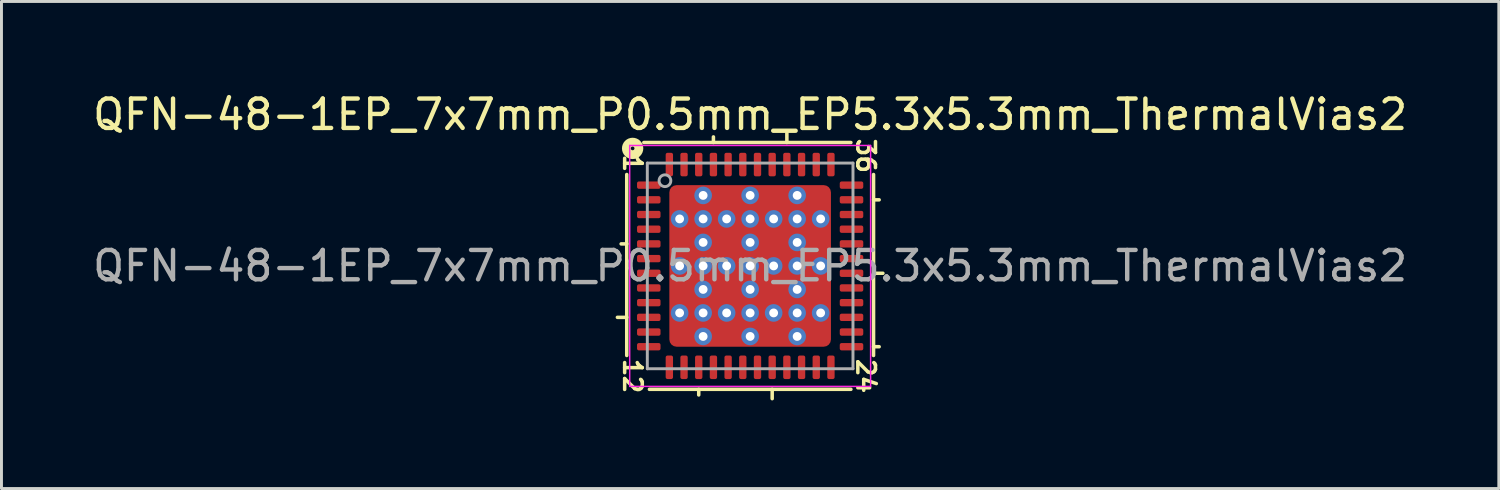
<source format=kicad_pcb>
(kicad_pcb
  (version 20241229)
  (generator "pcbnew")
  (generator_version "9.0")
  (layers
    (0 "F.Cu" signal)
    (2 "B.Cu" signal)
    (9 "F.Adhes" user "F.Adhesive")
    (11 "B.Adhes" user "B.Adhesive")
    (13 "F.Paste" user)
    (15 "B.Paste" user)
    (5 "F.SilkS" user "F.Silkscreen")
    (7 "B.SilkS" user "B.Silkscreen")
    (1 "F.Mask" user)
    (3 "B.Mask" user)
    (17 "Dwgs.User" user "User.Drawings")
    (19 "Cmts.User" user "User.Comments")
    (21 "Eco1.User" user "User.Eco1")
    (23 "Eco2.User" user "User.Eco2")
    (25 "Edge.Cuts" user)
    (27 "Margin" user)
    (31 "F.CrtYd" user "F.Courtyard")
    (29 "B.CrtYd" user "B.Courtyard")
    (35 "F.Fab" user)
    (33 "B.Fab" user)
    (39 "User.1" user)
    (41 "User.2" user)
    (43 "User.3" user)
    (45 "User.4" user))
  (footprint "QFN-48-1EP_7x7mm_P0.5mm_EP5.3x5.3mm_ThermalVias2"
    (layer "F.Cu")
    (at 22.482 6.001)
    (property "Reference" "QFN-48-1EP_7x7mm_P0.5mm_EP5.3x5.3mm_ThermalVias2" (at 0 -5.152 0) (layer "F.SilkS") (effects (font (size 1 1) (thickness 0.15))))
    (attr smd)
    (fp_line (start -4.2 -3.111) (end -4.2 3.048) (stroke (width 0.12) (type solid)) (layer "F.SilkS"))
    (fp_line (start -4.2 -0.75) (end -4.391 -0.75) (stroke (width 0.12) (type solid)) (layer "F.SilkS"))
    (fp_line (start -4.2 1.75) (end -4.518 1.75) (stroke (width 0.12) (type solid)) (layer "F.SilkS"))
    (fp_line (start -3.429 4.2) (end 3.429 4.2) (stroke (width 0.12) (type solid)) (layer "F.SilkS"))
    (fp_line (start -1.75 4.2) (end -1.75 4.391) (stroke (width 0.12) (type solid)) (layer "F.SilkS"))
    (fp_line (start -1.25 -4.2) (end -1.25 -4.391) (stroke (width 0.12) (type solid)) (layer "F.SilkS"))
    (fp_line (start 0.75 4.2) (end 0.75 4.518) (stroke (width 0.12) (type solid)) (layer "F.SilkS"))
    (fp_line (start 1.25 -4.2) (end 1.25 -4.518) (stroke (width 0.12) (type solid)) (layer "F.SilkS"))
    (fp_line (start 3.429 -4.2) (end -3.619 -4.2) (stroke (width 0.12) (type solid)) (layer "F.SilkS"))
    (fp_line (start 4.2 -2.25) (end 4.391 -2.25) (stroke (width 0.12) (type solid)) (layer "F.SilkS"))
    (fp_line (start 4.2 0.25) (end 4.518 0.25) (stroke (width 0.12) (type solid)) (layer "F.SilkS"))
    (fp_line (start 4.2 2.75) (end 4.391 2.75) (stroke (width 0.12) (type solid)) (layer "F.SilkS"))
    (fp_line (start 4.2 3.048) (end 4.2 -3.111) (stroke (width 0.12) (type solid)) (layer "F.SilkS"))
    (fp_circle (center -4 -4) (end -3.937 -4) (stroke (width 0.3) (type solid)) (fill no) (layer "F.SilkS"))
    (fp_line (start -4.1 -4.1) (end -4.1 4.1) (stroke (width 0.05) (type solid)) (layer "F.CrtYd"))
    (fp_line (start -4.1 4.1) (end 4.1 4.1) (stroke (width 0.05) (type solid)) (layer "F.CrtYd"))
    (fp_line (start 4.1 -4.1) (end -4.1 -4.1) (stroke (width 0.05) (type solid)) (layer "F.CrtYd"))
    (fp_line (start 4.1 4.1) (end 4.1 -4.1) (stroke (width 0.05) (type solid)) (layer "F.CrtYd"))
    (fp_line (start -3.5 -3.5) (end 3.5 -3.5) (stroke (width 0.1) (type solid)) (layer "F.Fab"))
    (fp_line (start -3.5 3.5) (end -3.5 -3.5) (stroke (width 0.1) (type solid)) (layer "F.Fab"))
    (fp_line (start 3.5 -3.5) (end 3.5 3.5) (stroke (width 0.1) (type solid)) (layer "F.Fab"))
    (fp_line (start 3.5 3.5) (end -3.5 3.5) (stroke (width 0.1) (type solid)) (layer "F.Fab"))
    (fp_circle (center -2.9 -2.9) (end -2.7 -2.9) (stroke (width 0.1) (type solid)) (fill no) (layer "F.Fab"))
    (fp_text user "1" (at -4 -3.493 270) (unlocked yes) (layer "F.SilkS") (effects (font (size 0.6 0.6) (thickness 0.12))))
    (fp_text user "36" (at 3.937 -3.747 270) (unlocked yes) (layer "F.SilkS") (effects (font (size 0.6 0.6) (thickness 0.12))))
    (fp_text user "24" (at 3.937 3.747 270) (unlocked yes) (layer "F.SilkS") (effects (font (size 0.6 0.6) (thickness 0.12))))
    (fp_text user "12" (at -4 3.747 270) (unlocked yes) (layer "F.SilkS") (effects (font (size 0.6 0.6) (thickness 0.12))))
    (fp_text user "${REFERENCE}" (at 0 0 0) (layer "F.Fab") (effects (font (size 1 1) (thickness 0.15))))
    (pad "" smd roundrect (at -2.275 -2.275) (size 0.55 0.55) (layers "F.Paste") (roundrect_rratio 0.25))
    (pad "" smd roundrect (at -2.275 -2.275 270) (size 0.75 0.75) (layers "F.Mask") (roundrect_rratio 0.25))
    (pad "" smd roundrect (at -2.275 -0.8 90) (size 0.7 0.55) (layers "F.Paste") (roundrect_rratio 0.244))
    (pad "" smd roundrect (at -2.275 -0.8 180) (size 0.75 1) (layers "F.Mask") (roundrect_rratio 0.25))
    (pad "" smd roundrect (at -2.275 0.8 90) (size 0.7 0.55) (layers "F.Paste") (roundrect_rratio 0.25))
    (pad "" smd roundrect (at -2.275 0.8 180) (size 0.75 1) (layers "F.Mask") (roundrect_rratio 0.25))
    (pad "" smd roundrect (at -2.275 2.275) (size 0.55 0.55) (layers "F.Paste") (roundrect_rratio 0.25))
    (pad "" smd roundrect (at -2.275 2.275 270) (size 0.75 0.75) (layers "F.Mask") (roundrect_rratio 0.25))
    (pad "" smd roundrect (at -0.8 -2.275) (size 0.7 0.55) (layers "F.Paste") (roundrect_rratio 0.25))
    (pad "" smd roundrect (at -0.8 -2.275 270) (size 0.75 1) (layers "F.Mask") (roundrect_rratio 0.25))
    (pad "" smd roundrect (at -0.8 -0.8 90) (size 0.7 0.7) (layers "F.Paste") (roundrect_rratio 0.25))
    (pad "" smd roundrect (at -0.8 -0.8 270) (size 1 1) (layers "F.Mask") (roundrect_rratio 0.25))
    (pad "" smd roundrect (at -0.8 0.8 90) (size 0.7 0.7) (layers "F.Paste") (roundrect_rratio 0.25))
    (pad "" smd roundrect (at -0.8 0.8 270) (size 1 1) (layers "F.Mask") (roundrect_rratio 0.25))
    (pad "" smd roundrect (at -0.8 2.275) (size 0.7 0.55) (layers "F.Paste") (roundrect_rratio 0.25))
    (pad "" smd roundrect (at -0.8 2.275 270) (size 0.75 1) (layers "F.Mask") (roundrect_rratio 0.25))
    (pad "" smd roundrect (at 0.8 -2.275) (size 0.7 0.55) (layers "F.Paste") (roundrect_rratio 0.25))
    (pad "" smd roundrect (at 0.8 -2.275 270) (size 0.75 1) (layers "F.Mask") (roundrect_rratio 0.25))
    (pad "" smd roundrect (at 0.8 -0.8 90) (size 0.7 0.7) (layers "F.Paste") (roundrect_rratio 0.25))
    (pad "" smd roundrect (at 0.8 -0.8 270) (size 1 1) (layers "F.Mask") (roundrect_rratio 0.25))
    (pad "" smd roundrect (at 0.8 0.8 90) (size 0.7 0.7) (layers "F.Paste") (roundrect_rratio 0.25))
    (pad "" smd roundrect (at 0.8 0.8 270) (size 1 1) (layers "F.Mask") (roundrect_rratio 0.25))
    (pad "" smd roundrect (at 0.8 2.275) (size 0.7 0.55) (layers "F.Paste") (roundrect_rratio 0.25))
    (pad "" smd roundrect (at 0.8 2.275 270) (size 0.75 1) (layers "F.Mask") (roundrect_rratio 0.25))
    (pad "" smd roundrect (at 2.275 -2.275) (size 0.55 0.55) (layers "F.Paste") (roundrect_rratio 0.25))
    (pad "" smd roundrect (at 2.275 -2.275 270) (size 0.75 0.75) (layers "F.Mask") (roundrect_rratio 0.25))
    (pad "" smd roundrect (at 2.275 -0.8 90) (size 0.7 0.55) (layers "F.Paste") (roundrect_rratio 0.25))
    (pad "" smd roundrect (at 2.275 -0.8 180) (size 0.75 1) (layers "F.Mask") (roundrect_rratio 0.25))
    (pad "" smd roundrect (at 2.275 0.8 90) (size 0.7 0.55) (layers "F.Paste") (roundrect_rratio 0.25))
    (pad "" smd roundrect (at 2.275 0.8 180) (size 0.75 1) (layers "F.Mask") (roundrect_rratio 0.25))
    (pad "" smd roundrect (at 2.275 2.275) (size 0.55 0.55) (layers "F.Paste") (roundrect_rratio 0.25))
    (pad "" smd roundrect (at 2.275 2.275 270) (size 0.75 0.75) (layers "F.Mask") (roundrect_rratio 0.25))
    (pad "1" smd roundrect (at -3.45 -2.75) (size 0.8 0.25) (layers "F.Cu" "F.Mask" "F.Paste") (roundrect_rratio 0.25))
    (pad "2" smd roundrect (at -3.45 -2.25) (size 0.8 0.25) (layers "F.Cu" "F.Mask" "F.Paste") (roundrect_rratio 0.25))
    (pad "3" smd roundrect (at -3.45 -1.75) (size 0.8 0.25) (layers "F.Cu" "F.Mask" "F.Paste") (roundrect_rratio 0.25))
    (pad "4" smd roundrect (at -3.45 -1.25) (size 0.8 0.25) (layers "F.Cu" "F.Mask" "F.Paste") (roundrect_rratio 0.25))
    (pad "5" smd roundrect (at -3.45 -0.75) (size 0.8 0.25) (layers "F.Cu" "F.Mask" "F.Paste") (roundrect_rratio 0.25))
    (pad "6" smd roundrect (at -3.45 -0.25) (size 0.8 0.25) (layers "F.Cu" "F.Mask" "F.Paste") (roundrect_rratio 0.25))
    (pad "7" smd roundrect (at -3.45 0.25) (size 0.8 0.25) (layers "F.Cu" "F.Mask" "F.Paste") (roundrect_rratio 0.25))
    (pad "8" smd roundrect (at -3.45 0.75) (size 0.8 0.25) (layers "F.Cu" "F.Mask" "F.Paste") (roundrect_rratio 0.25))
    (pad "9" smd roundrect (at -3.45 1.25) (size 0.8 0.25) (layers "F.Cu" "F.Mask" "F.Paste") (roundrect_rratio 0.25))
    (pad "10" smd roundrect (at -3.45 1.75) (size 0.8 0.25) (layers "F.Cu" "F.Mask" "F.Paste") (roundrect_rratio 0.25))
    (pad "11" smd roundrect (at -3.45 2.25) (size 0.8 0.25) (layers "F.Cu" "F.Mask" "F.Paste") (roundrect_rratio 0.25))
    (pad "12" smd roundrect (at -3.45 2.75) (size 0.8 0.25) (layers "F.Cu" "F.Mask" "F.Paste") (roundrect_rratio 0.25))
    (pad "13" smd roundrect (at -2.75 3.45) (size 0.25 0.8) (layers "F.Cu" "F.Mask" "F.Paste") (roundrect_rratio 0.25))
    (pad "14" smd roundrect (at -2.25 3.45) (size 0.25 0.8) (layers "F.Cu" "F.Mask" "F.Paste") (roundrect_rratio 0.25))
    (pad "15" smd roundrect (at -1.75 3.45) (size 0.25 0.8) (layers "F.Cu" "F.Mask" "F.Paste") (roundrect_rratio 0.25))
    (pad "16" smd roundrect (at -1.25 3.45) (size 0.25 0.8) (layers "F.Cu" "F.Mask" "F.Paste") (roundrect_rratio 0.25))
    (pad "17" smd roundrect (at -0.75 3.45) (size 0.25 0.8) (layers "F.Cu" "F.Mask" "F.Paste") (roundrect_rratio 0.25))
    (pad "18" smd roundrect (at -0.25 3.45) (size 0.25 0.8) (layers "F.Cu" "F.Mask" "F.Paste") (roundrect_rratio 0.25))
    (pad "19" smd roundrect (at 0.25 3.45) (size 0.25 0.8) (layers "F.Cu" "F.Mask" "F.Paste") (roundrect_rratio 0.25))
    (pad "20" smd roundrect (at 0.75 3.45) (size 0.25 0.8) (layers "F.Cu" "F.Mask" "F.Paste") (roundrect_rratio 0.25))
    (pad "21" smd roundrect (at 1.25 3.45) (size 0.25 0.8) (layers "F.Cu" "F.Mask" "F.Paste") (roundrect_rratio 0.25))
    (pad "22" smd roundrect (at 1.75 3.45) (size 0.25 0.8) (layers "F.Cu" "F.Mask" "F.Paste") (roundrect_rratio 0.25))
    (pad "23" smd roundrect (at 2.25 3.45) (size 0.25 0.8) (layers "F.Cu" "F.Mask" "F.Paste") (roundrect_rratio 0.25))
    (pad "24" smd roundrect (at 2.75 3.45) (size 0.25 0.8) (layers "F.Cu" "F.Mask" "F.Paste") (roundrect_rratio 0.25))
    (pad "25" smd roundrect (at 3.45 2.75) (size 0.8 0.25) (layers "F.Cu" "F.Mask" "F.Paste") (roundrect_rratio 0.25))
    (pad "26" smd roundrect (at 3.45 2.25) (size 0.8 0.25) (layers "F.Cu" "F.Mask" "F.Paste") (roundrect_rratio 0.25))
    (pad "27" smd roundrect (at 3.45 1.75) (size 0.8 0.25) (layers "F.Cu" "F.Mask" "F.Paste") (roundrect_rratio 0.25))
    (pad "28" smd roundrect (at 3.45 1.25) (size 0.8 0.25) (layers "F.Cu" "F.Mask" "F.Paste") (roundrect_rratio 0.25))
    (pad "29" smd roundrect (at 3.45 0.75) (size 0.8 0.25) (layers "F.Cu" "F.Mask" "F.Paste") (roundrect_rratio 0.25))
    (pad "30" smd roundrect (at 3.45 0.25) (size 0.8 0.25) (layers "F.Cu" "F.Mask" "F.Paste") (roundrect_rratio 0.25))
    (pad "31" smd roundrect (at 3.45 -0.25) (size 0.8 0.25) (layers "F.Cu" "F.Mask" "F.Paste") (roundrect_rratio 0.25))
    (pad "32" smd roundrect (at 3.45 -0.75) (size 0.8 0.25) (layers "F.Cu" "F.Mask" "F.Paste") (roundrect_rratio 0.25))
    (pad "33" smd roundrect (at 3.45 -1.25) (size 0.8 0.25) (layers "F.Cu" "F.Mask" "F.Paste") (roundrect_rratio 0.25))
    (pad "34" smd roundrect (at 3.45 -1.75) (size 0.8 0.25) (layers "F.Cu" "F.Mask" "F.Paste") (roundrect_rratio 0.25))
    (pad "35" smd roundrect (at 3.45 -2.25) (size 0.8 0.25) (layers "F.Cu" "F.Mask" "F.Paste") (roundrect_rratio 0.25))
    (pad "36" smd roundrect (at 3.45 -2.75) (size 0.8 0.25) (layers "F.Cu" "F.Mask" "F.Paste") (roundrect_rratio 0.25))
    (pad "37" smd roundrect (at 2.75 -3.45) (size 0.25 0.8) (layers "F.Cu" "F.Mask" "F.Paste") (roundrect_rratio 0.25))
    (pad "38" smd roundrect (at 2.25 -3.45) (size 0.25 0.8) (layers "F.Cu" "F.Mask" "F.Paste") (roundrect_rratio 0.25))
    (pad "39" smd roundrect (at 1.75 -3.45) (size 0.25 0.8) (layers "F.Cu" "F.Mask" "F.Paste") (roundrect_rratio 0.25))
    (pad "40" smd roundrect (at 1.25 -3.45) (size 0.25 0.8) (layers "F.Cu" "F.Mask" "F.Paste") (roundrect_rratio 0.25))
    (pad "41" smd roundrect (at 0.75 -3.45) (size 0.25 0.8) (layers "F.Cu" "F.Mask" "F.Paste") (roundrect_rratio 0.25))
    (pad "42" smd roundrect (at 0.25 -3.45) (size 0.25 0.8) (layers "F.Cu" "F.Mask" "F.Paste") (roundrect_rratio 0.25))
    (pad "43" smd roundrect (at -0.25 -3.45) (size 0.25 0.8) (layers "F.Cu" "F.Mask" "F.Paste") (roundrect_rratio 0.25))
    (pad "44" smd roundrect (at -0.75 -3.45) (size 0.25 0.8) (layers "F.Cu" "F.Mask" "F.Paste") (roundrect_rratio 0.25))
    (pad "45" smd roundrect (at -1.25 -3.45) (size 0.25 0.8) (layers "F.Cu" "F.Mask" "F.Paste") (roundrect_rratio 0.25))
    (pad "46" smd roundrect (at -1.75 -3.45) (size 0.25 0.8) (layers "F.Cu" "F.Mask" "F.Paste") (roundrect_rratio 0.25))
    (pad "47" smd roundrect (at -2.25 -3.45) (size 0.25 0.8) (layers "F.Cu" "F.Mask" "F.Paste") (roundrect_rratio 0.25))
    (pad "48" smd roundrect (at -2.75 -3.45) (size 0.25 0.8) (layers "F.Cu" "F.Mask" "F.Paste") (roundrect_rratio 0.25))
    (pad "49" thru_hole circle (at -2.4 -1.6) (size 0.6 0.6) (drill 0.3) (property pad_prop_heatsink) (layers "*.Cu" "*.Mask"))
    (pad "49" thru_hole circle (at -2.4 0) (size 0.6 0.6) (drill 0.3) (property pad_prop_heatsink) (layers "*.Cu" "*.Mask"))
    (pad "49" thru_hole circle (at -2.4 1.6) (size 0.6 0.6) (drill 0.3) (property pad_prop_heatsink) (layers "*.Cu" "*.Mask"))
    (pad "49" thru_hole circle (at -1.6 -2.4) (size 0.6 0.6) (drill 0.3) (property pad_prop_heatsink) (layers "*.Cu" "*.Mask"))
    (pad "49" thru_hole circle (at -1.6 -1.6) (size 0.6 0.6) (drill 0.3) (property pad_prop_heatsink) (layers "*.Cu" "*.Mask"))
    (pad "49" thru_hole circle (at -1.6 -0.8) (size 0.6 0.6) (drill 0.3) (property pad_prop_heatsink) (layers "*.Cu" "*.Mask"))
    (pad "49" thru_hole circle (at -1.6 0) (size 0.6 0.6) (drill 0.3) (property pad_prop_heatsink) (layers "*.Cu" "*.Mask"))
    (pad "49" thru_hole circle (at -1.6 0.8) (size 0.6 0.6) (drill 0.3) (property pad_prop_heatsink) (layers "*.Cu" "*.Mask"))
    (pad "49" thru_hole circle (at -1.6 1.6) (size 0.6 0.6) (drill 0.3) (property pad_prop_heatsink) (layers "*.Cu" "*.Mask"))
    (pad "49" thru_hole circle (at -1.6 2.4) (size 0.6 0.6) (drill 0.3) (property pad_prop_heatsink) (layers "*.Cu" "*.Mask"))
    (pad "49" thru_hole circle (at -0.8 -1.6) (size 0.6 0.6) (drill 0.3) (property pad_prop_heatsink) (layers "*.Cu" "*.Mask"))
    (pad "49" thru_hole circle (at -0.8 0) (size 0.6 0.6) (drill 0.3) (property pad_prop_heatsink) (layers "*.Cu" "*.Mask"))
    (pad "49" thru_hole circle (at -0.8 1.6) (size 0.6 0.6) (drill 0.3) (property pad_prop_heatsink) (layers "*.Cu" "*.Mask"))
    (pad "49" thru_hole circle (at 0 -2.4) (size 0.6 0.6) (drill 0.3) (property pad_prop_heatsink) (layers "*.Cu" "*.Mask"))
    (pad "49" thru_hole circle (at 0 -1.6) (size 0.6 0.6) (drill 0.3) (property pad_prop_heatsink) (layers "*.Cu" "*.Mask"))
    (pad "49" thru_hole circle (at 0 -0.8) (size 0.6 0.6) (drill 0.3) (property pad_prop_heatsink) (layers "*.Cu" "*.Mask"))
    (pad "49" thru_hole circle (at 0 0) (size 0.6 0.6) (drill 0.3) (property pad_prop_heatsink) (layers "*.Cu" "*.Mask"))
    (pad "49" smd roundrect (at 0 0) (size 5.5 5.5) (layers "F.Cu") (roundrect_rratio 0.045))
    (pad "49" thru_hole circle (at 0 0.8) (size 0.6 0.6) (drill 0.3) (property pad_prop_heatsink) (layers "*.Cu" "*.Mask"))
    (pad "49" thru_hole circle (at 0 1.6) (size 0.6 0.6) (drill 0.3) (property pad_prop_heatsink) (layers "*.Cu" "*.Mask"))
    (pad "49" thru_hole circle (at 0 2.4) (size 0.6 0.6) (drill 0.3) (property pad_prop_heatsink) (layers "*.Cu" "*.Mask"))
    (pad "49" thru_hole circle (at 0.8 -1.6) (size 0.6 0.6) (drill 0.3) (property pad_prop_heatsink) (layers "*.Cu" "*.Mask"))
    (pad "49" thru_hole circle (at 0.8 0) (size 0.6 0.6) (drill 0.3) (property pad_prop_heatsink) (layers "*.Cu" "*.Mask"))
    (pad "49" thru_hole circle (at 0.8 1.6) (size 0.6 0.6) (drill 0.3) (property pad_prop_heatsink) (layers "*.Cu" "*.Mask"))
    (pad "49" thru_hole circle (at 1.6 -2.4) (size 0.6 0.6) (drill 0.3) (property pad_prop_heatsink) (layers "*.Cu" "*.Mask"))
    (pad "49" thru_hole circle (at 1.6 -1.6) (size 0.6 0.6) (drill 0.3) (property pad_prop_heatsink) (layers "*.Cu" "*.Mask"))
    (pad "49" thru_hole circle (at 1.6 -0.8) (size 0.6 0.6) (drill 0.3) (property pad_prop_heatsink) (layers "*.Cu" "*.Mask"))
    (pad "49" thru_hole circle (at 1.6 0) (size 0.6 0.6) (drill 0.3) (property pad_prop_heatsink) (layers "*.Cu" "*.Mask"))
    (pad "49" thru_hole circle (at 1.6 0.8) (size 0.6 0.6) (drill 0.3) (property pad_prop_heatsink) (layers "*.Cu" "*.Mask"))
    (pad "49" thru_hole circle (at 1.6 1.6) (size 0.6 0.6) (drill 0.3) (property pad_prop_heatsink) (layers "*.Cu" "*.Mask"))
    (pad "49" thru_hole circle (at 1.6 2.4) (size 0.6 0.6) (drill 0.3) (property pad_prop_heatsink) (layers "*.Cu" "*.Mask"))
    (pad "49" thru_hole circle (at 2.4 -1.6) (size 0.6 0.6) (drill 0.3) (property pad_prop_heatsink) (layers "*.Cu" "*.Mask"))
    (pad "49" thru_hole circle (at 2.4 0) (size 0.6 0.6) (drill 0.3) (property pad_prop_heatsink) (layers "*.Cu" "*.Mask"))
    (pad "49" thru_hole circle (at 2.4 1.6) (size 0.6 0.6) (drill 0.3) (property pad_prop_heatsink) (layers "*.Cu" "*.Mask")))
  (gr_rect
    (start -3 -3)
    (end 47.964 13.578)
    (stroke (width 0.1) (type default))
    (fill no)
    (layer "Edge.Cuts")))
</source>
